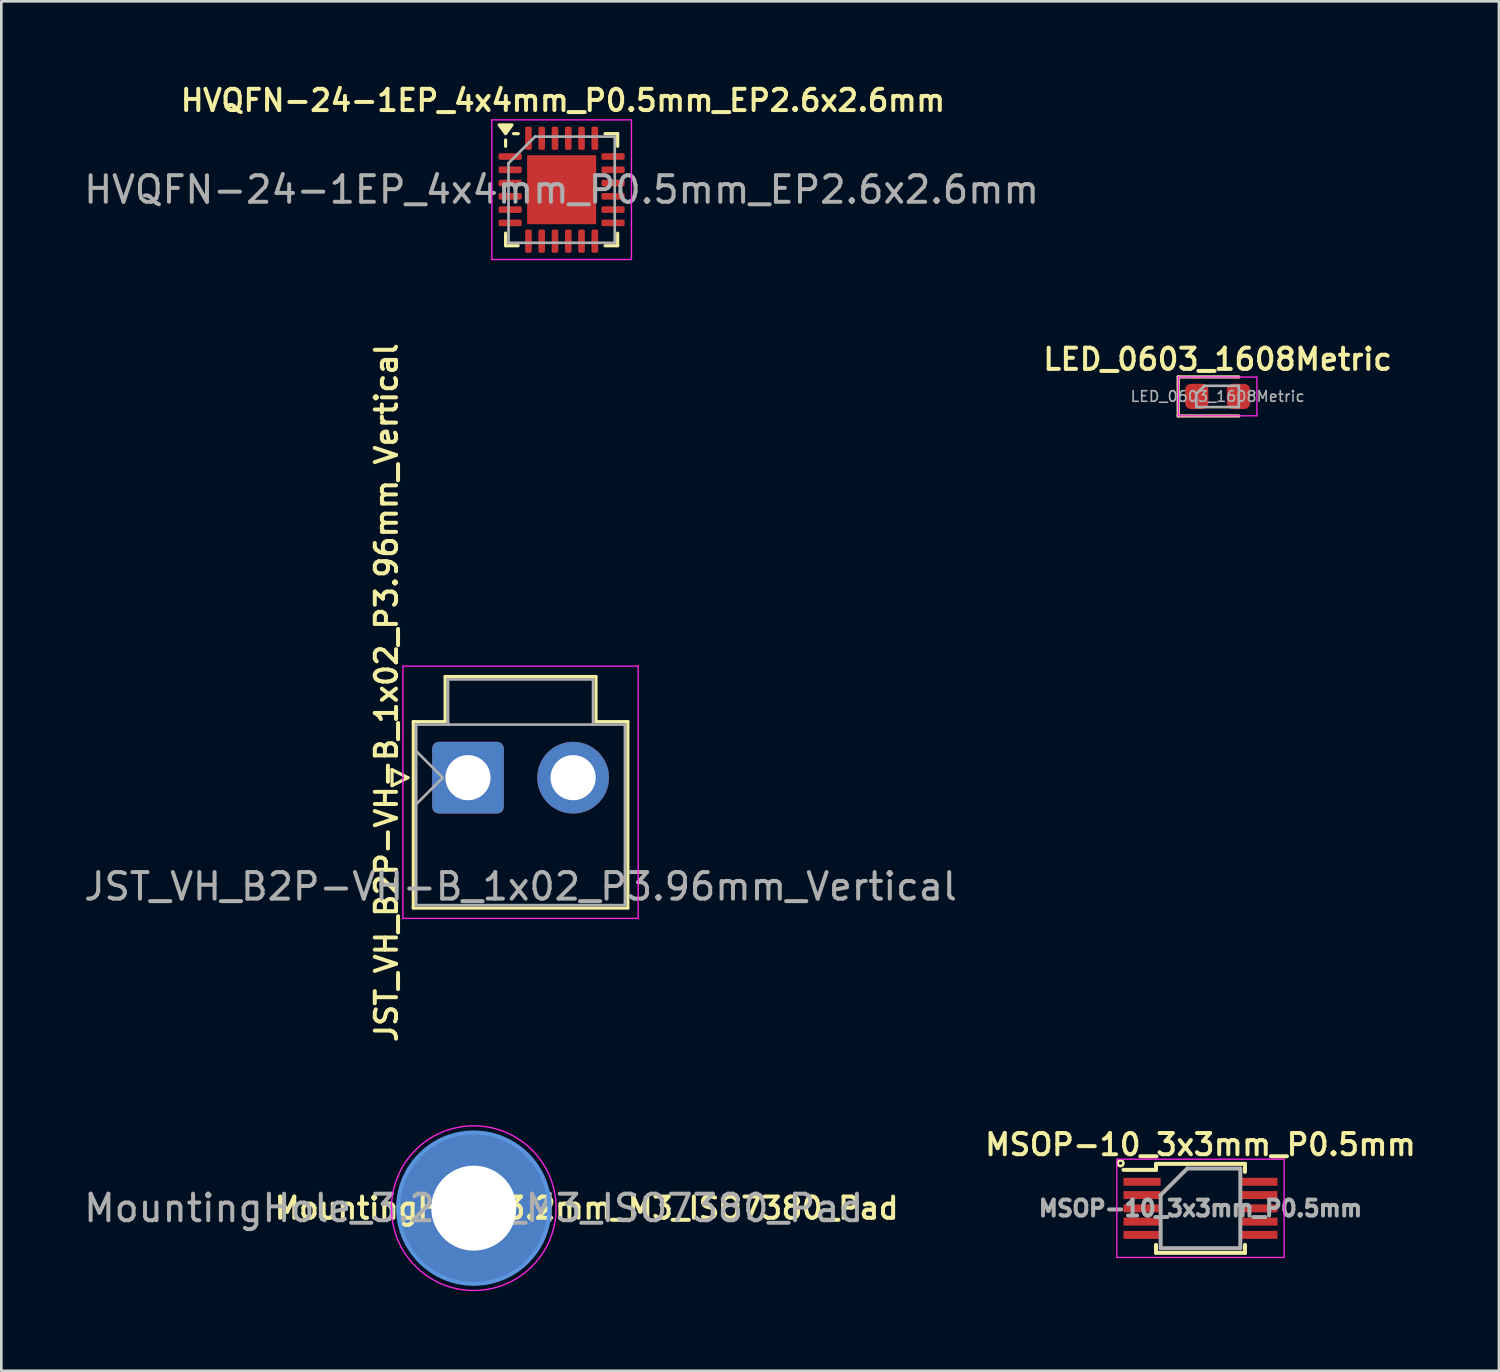
<source format=kicad_pcb>
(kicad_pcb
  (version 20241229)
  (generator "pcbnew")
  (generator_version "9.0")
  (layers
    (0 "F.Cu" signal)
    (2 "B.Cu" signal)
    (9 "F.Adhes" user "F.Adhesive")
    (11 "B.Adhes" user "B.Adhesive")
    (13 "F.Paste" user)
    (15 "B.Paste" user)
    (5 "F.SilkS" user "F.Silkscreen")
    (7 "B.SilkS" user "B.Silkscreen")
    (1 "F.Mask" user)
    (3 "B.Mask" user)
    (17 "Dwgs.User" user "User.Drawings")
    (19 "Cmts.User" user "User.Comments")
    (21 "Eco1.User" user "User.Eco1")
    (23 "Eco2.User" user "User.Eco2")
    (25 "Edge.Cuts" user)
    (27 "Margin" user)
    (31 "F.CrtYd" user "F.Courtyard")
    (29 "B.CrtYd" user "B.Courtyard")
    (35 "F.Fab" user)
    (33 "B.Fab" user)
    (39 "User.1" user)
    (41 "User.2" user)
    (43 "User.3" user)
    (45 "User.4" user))
  (footprint "MSOP-10_3x3mm_P0.5mm"
    (layer "F.Cu")
    (at 42.16 42.456)
    (property "Reference" "MSOP-10_3x3mm_P0.5mm" (at 0 -2.4 0) (layer "F.SilkS") (effects (font (size 0.8 0.8) (thickness 0.15))))
    (attr smd)
    (fp_line (start -1.675 -1.675) (end -1.675 -1.45) (stroke (width 0.15) (type solid)) (layer "F.SilkS"))
    (fp_line (start -1.675 -1.675) (end 1.675 -1.675) (stroke (width 0.15) (type solid)) (layer "F.SilkS"))
    (fp_line (start -1.675 -1.45) (end -2.9 -1.45) (stroke (width 0.15) (type solid)) (layer "F.SilkS"))
    (fp_line (start -1.675 1.675) (end -1.675 1.375) (stroke (width 0.15) (type solid)) (layer "F.SilkS"))
    (fp_line (start -1.675 1.675) (end 1.675 1.675) (stroke (width 0.15) (type solid)) (layer "F.SilkS"))
    (fp_line (start 1.675 -1.675) (end 1.675 -1.375) (stroke (width 0.15) (type solid)) (layer "F.SilkS"))
    (fp_line (start 1.675 1.675) (end 1.675 1.375) (stroke (width 0.15) (type solid)) (layer "F.SilkS"))
    (fp_circle (center -3.01 -1.7) (end -2.92 -1.64) (stroke (width 0.1) (type default)) (fill no) (layer "F.SilkS"))
    (fp_line (start -3.15 -1.85) (end -3.15 1.85) (stroke (width 0.05) (type solid)) (layer "F.CrtYd"))
    (fp_line (start -3.15 -1.85) (end 3.15 -1.85) (stroke (width 0.05) (type solid)) (layer "F.CrtYd"))
    (fp_line (start -3.15 1.85) (end 3.15 1.85) (stroke (width 0.05) (type solid)) (layer "F.CrtYd"))
    (fp_line (start 3.15 -1.85) (end 3.15 1.85) (stroke (width 0.05) (type solid)) (layer "F.CrtYd"))
    (fp_line (start -1.5 -0.5) (end -0.5 -1.5) (stroke (width 0.15) (type solid)) (layer "F.Fab"))
    (fp_line (start -1.5 1.5) (end -1.5 -0.5) (stroke (width 0.15) (type solid)) (layer "F.Fab"))
    (fp_line (start -0.5 -1.5) (end 1.5 -1.5) (stroke (width 0.15) (type solid)) (layer "F.Fab"))
    (fp_line (start 1.5 -1.5) (end 1.5 1.5) (stroke (width 0.15) (type solid)) (layer "F.Fab"))
    (fp_line (start 1.5 1.5) (end -1.5 1.5) (stroke (width 0.15) (type solid)) (layer "F.Fab"))
    (fp_text user "${REFERENCE}" (at 0 0 0) (layer "F.Fab") (effects (font (size 0.6 0.6) (thickness 0.15))))
    (pad "1" smd rect (at -2.2 -1) (size 1.4 0.3) (layers "F.Cu" "F.Mask" "F.Paste"))
    (pad "2" smd rect (at -2.2 -0.5) (size 1.4 0.3) (layers "F.Cu" "F.Mask" "F.Paste"))
    (pad "3" smd rect (at -2.2 0) (size 1.4 0.3) (layers "F.Cu" "F.Mask" "F.Paste"))
    (pad "4" smd rect (at -2.2 0.5) (size 1.4 0.3) (layers "F.Cu" "F.Mask" "F.Paste"))
    (pad "5" smd rect (at -2.2 1) (size 1.4 0.3) (layers "F.Cu" "F.Mask" "F.Paste"))
    (pad "6" smd rect (at 2.2 1) (size 1.4 0.3) (layers "F.Cu" "F.Mask" "F.Paste"))
    (pad "7" smd rect (at 2.2 0.5) (size 1.4 0.3) (layers "F.Cu" "F.Mask" "F.Paste"))
    (pad "8" smd rect (at 2.2 0) (size 1.4 0.3) (layers "F.Cu" "F.Mask" "F.Paste"))
    (pad "9" smd rect (at 2.2 -0.5) (size 1.4 0.3) (layers "F.Cu" "F.Mask" "F.Paste"))
    (pad "10" smd rect (at 2.2 -1) (size 1.4 0.3) (layers "F.Cu" "F.Mask" "F.Paste")))
  (footprint "LED_0603_1608Metric"
    (layer "F.Cu")
    (at 42.805 11.88)
    (property "Reference" "LED_0603_1608Metric" (at 0 -1.4 180) (layer "F.SilkS") (effects (font (size 0.8 0.8) (thickness 0.15))))
    (attr smd)
    (fp_line (start -1.485 -0.735) (end -1.485 0.735) (stroke (width 0.12) (type solid)) (layer "F.SilkS"))
    (fp_line (start -1.485 0.735) (end 0.8 0.735) (stroke (width 0.12) (type solid)) (layer "F.SilkS"))
    (fp_line (start 0.8 -0.735) (end -1.485 -0.735) (stroke (width 0.12) (type solid)) (layer "F.SilkS"))
    (fp_line (start -1.48 -0.73) (end 1.48 -0.73) (stroke (width 0.05) (type solid)) (layer "F.CrtYd"))
    (fp_line (start -1.48 0.73) (end -1.48 -0.73) (stroke (width 0.05) (type solid)) (layer "F.CrtYd"))
    (fp_line (start 1.48 -0.73) (end 1.48 0.73) (stroke (width 0.05) (type solid)) (layer "F.CrtYd"))
    (fp_line (start 1.48 0.73) (end -1.48 0.73) (stroke (width 0.05) (type solid)) (layer "F.CrtYd"))
    (fp_line (start -0.8 -0.1) (end -0.8 0.4) (stroke (width 0.1) (type solid)) (layer "F.Fab"))
    (fp_line (start -0.8 0.4) (end 0.8 0.4) (stroke (width 0.1) (type solid)) (layer "F.Fab"))
    (fp_line (start -0.5 -0.4) (end -0.8 -0.1) (stroke (width 0.1) (type solid)) (layer "F.Fab"))
    (fp_line (start 0.8 -0.4) (end -0.5 -0.4) (stroke (width 0.1) (type solid)) (layer "F.Fab"))
    (fp_line (start 0.8 0.4) (end 0.8 -0.4) (stroke (width 0.1) (type solid)) (layer "F.Fab"))
    (fp_text user "${REFERENCE}" (at 0 0 180) (layer "F.Fab") (effects (font (size 0.4 0.4) (thickness 0.06))))
    (pad "1" smd roundrect (at -0.787 0) (size 0.875 0.95) (layers "F.Cu" "F.Mask" "F.Paste") (roundrect_rratio 0.25))
    (pad "2" smd roundrect (at 0.787 0) (size 0.875 0.95) (layers "F.Cu" "F.Mask" "F.Paste") (roundrect_rratio 0.25)))
  (footprint "HVQFN-24-1EP_4x4mm_P0.5mm_EP2.6x2.6mm"
    (layer "F.Cu")
    (at 18.101 4.094)
    (property "Reference" "HVQFN-24-1EP_4x4mm_P0.5mm_EP2.6x2.6mm" (at 0.05 -3.362 180) (layer "F.SilkS") (effects (font (size 0.8 0.8) (thickness 0.15))))
    (attr smd)
    (fp_line (start -2.11 -1.635) (end -2.11 -1.87) (stroke (width 0.12) (type solid)) (layer "F.SilkS"))
    (fp_line (start -2.11 2.11) (end -2.11 1.635) (stroke (width 0.12) (type solid)) (layer "F.SilkS"))
    (fp_line (start -1.635 -2.11) (end -1.81 -2.11) (stroke (width 0.12) (type solid)) (layer "F.SilkS"))
    (fp_line (start -1.635 2.11) (end -2.11 2.11) (stroke (width 0.12) (type solid)) (layer "F.SilkS"))
    (fp_line (start 1.635 -2.11) (end 2.11 -2.11) (stroke (width 0.12) (type solid)) (layer "F.SilkS"))
    (fp_line (start 1.635 2.11) (end 2.11 2.11) (stroke (width 0.12) (type solid)) (layer "F.SilkS"))
    (fp_line (start 2.11 -2.11) (end 2.11 -1.635) (stroke (width 0.12) (type solid)) (layer "F.SilkS"))
    (fp_line (start 2.11 2.11) (end 2.11 1.635) (stroke (width 0.12) (type solid)) (layer "F.SilkS"))
    (fp_poly (pts (xy -2.11 -2.11) (xy -2.35 -2.44) (xy -1.87 -2.44) (xy -2.11 -2.11)) (stroke (width 0.12) (type solid)) (fill yes) (layer "F.SilkS"))
    (fp_line (start -2.63 -2.63) (end -2.63 2.63) (stroke (width 0.05) (type solid)) (layer "F.CrtYd"))
    (fp_line (start -2.63 2.63) (end 2.63 2.63) (stroke (width 0.05) (type solid)) (layer "F.CrtYd"))
    (fp_line (start 2.63 -2.63) (end -2.63 -2.63) (stroke (width 0.05) (type solid)) (layer "F.CrtYd"))
    (fp_line (start 2.63 2.63) (end 2.63 -2.63) (stroke (width 0.05) (type solid)) (layer "F.CrtYd"))
    (fp_line (start -2 -1) (end -1 -2) (stroke (width 0.1) (type solid)) (layer "F.Fab"))
    (fp_line (start -2 2) (end -2 -1) (stroke (width 0.1) (type solid)) (layer "F.Fab"))
    (fp_line (start -1 -2) (end 2 -2) (stroke (width 0.1) (type solid)) (layer "F.Fab"))
    (fp_line (start 2 -2) (end 2 2) (stroke (width 0.1) (type solid)) (layer "F.Fab"))
    (fp_line (start 2 2) (end -2 2) (stroke (width 0.1) (type solid)) (layer "F.Fab"))
    (fp_text user "${REFERENCE}" (at 0 0 180) (layer "F.Fab") (effects (font (size 1 1) (thickness 0.15))))
    (pad "" smd roundrect (at -0.87 -0.87) (size 0.7 0.7) (layers "F.Paste") (roundrect_rratio 0.25))
    (pad "" smd roundrect (at -0.87 0) (size 0.7 0.7) (layers "F.Paste") (roundrect_rratio 0.25))
    (pad "" smd roundrect (at -0.87 0.87) (size 0.7 0.7) (layers "F.Paste") (roundrect_rratio 0.25))
    (pad "" smd roundrect (at 0 -0.87) (size 0.7 0.7) (layers "F.Paste") (roundrect_rratio 0.25))
    (pad "" smd roundrect (at 0 0) (size 0.7 0.7) (layers "F.Paste") (roundrect_rratio 0.25))
    (pad "" smd roundrect (at 0 0.87) (size 0.7 0.7) (layers "F.Paste") (roundrect_rratio 0.25))
    (pad "" smd roundrect (at 0.87 -0.87) (size 0.7 0.7) (layers "F.Paste") (roundrect_rratio 0.25))
    (pad "" smd roundrect (at 0.87 0) (size 0.7 0.7) (layers "F.Paste") (roundrect_rratio 0.25))
    (pad "" smd roundrect (at 0.87 0.87) (size 0.7 0.7) (layers "F.Paste") (roundrect_rratio 0.25))
    (pad "1" smd roundrect (at -1.938 -1.25) (size 0.875 0.25) (layers "F.Cu" "F.Mask" "F.Paste") (roundrect_rratio 0.25))
    (pad "2" smd roundrect (at -1.938 -0.75) (size 0.875 0.25) (layers "F.Cu" "F.Mask" "F.Paste") (roundrect_rratio 0.25))
    (pad "3" smd roundrect (at -1.938 -0.25) (size 0.875 0.25) (layers "F.Cu" "F.Mask" "F.Paste") (roundrect_rratio 0.25))
    (pad "4" smd roundrect (at -1.938 0.25) (size 0.875 0.25) (layers "F.Cu" "F.Mask" "F.Paste") (roundrect_rratio 0.25))
    (pad "5" smd roundrect (at -1.938 0.75) (size 0.875 0.25) (layers "F.Cu" "F.Mask" "F.Paste") (roundrect_rratio 0.25))
    (pad "6" smd roundrect (at -1.938 1.25) (size 0.875 0.25) (layers "F.Cu" "F.Mask" "F.Paste") (roundrect_rratio 0.25))
    (pad "7" smd roundrect (at -1.25 1.938) (size 0.25 0.875) (layers "F.Cu" "F.Mask" "F.Paste") (roundrect_rratio 0.25))
    (pad "8" smd roundrect (at -0.75 1.938) (size 0.25 0.875) (layers "F.Cu" "F.Mask" "F.Paste") (roundrect_rratio 0.25))
    (pad "9" smd roundrect (at -0.25 1.938) (size 0.25 0.875) (layers "F.Cu" "F.Mask" "F.Paste") (roundrect_rratio 0.25))
    (pad "10" smd roundrect (at 0.25 1.938) (size 0.25 0.875) (layers "F.Cu" "F.Mask" "F.Paste") (roundrect_rratio 0.25))
    (pad "11" smd roundrect (at 0.75 1.938) (size 0.25 0.875) (layers "F.Cu" "F.Mask" "F.Paste") (roundrect_rratio 0.25))
    (pad "12" smd roundrect (at 1.25 1.938) (size 0.25 0.875) (layers "F.Cu" "F.Mask" "F.Paste") (roundrect_rratio 0.25))
    (pad "13" smd roundrect (at 1.938 1.25) (size 0.875 0.25) (layers "F.Cu" "F.Mask" "F.Paste") (roundrect_rratio 0.25))
    (pad "14" smd roundrect (at 1.938 0.75) (size 0.875 0.25) (layers "F.Cu" "F.Mask" "F.Paste") (roundrect_rratio 0.25))
    (pad "15" smd roundrect (at 1.938 0.25) (size 0.875 0.25) (layers "F.Cu" "F.Mask" "F.Paste") (roundrect_rratio 0.25))
    (pad "16" smd roundrect (at 1.938 -0.25) (size 0.875 0.25) (layers "F.Cu" "F.Mask" "F.Paste") (roundrect_rratio 0.25))
    (pad "17" smd roundrect (at 1.938 -0.75) (size 0.875 0.25) (layers "F.Cu" "F.Mask" "F.Paste") (roundrect_rratio 0.25))
    (pad "18" smd roundrect (at 1.938 -1.25) (size 0.875 0.25) (layers "F.Cu" "F.Mask" "F.Paste") (roundrect_rratio 0.25))
    (pad "19" smd roundrect (at 1.25 -1.938) (size 0.25 0.875) (layers "F.Cu" "F.Mask" "F.Paste") (roundrect_rratio 0.25))
    (pad "20" smd roundrect (at 0.75 -1.938) (size 0.25 0.875) (layers "F.Cu" "F.Mask" "F.Paste") (roundrect_rratio 0.25))
    (pad "21" smd roundrect (at 0.25 -1.938) (size 0.25 0.875) (layers "F.Cu" "F.Mask" "F.Paste") (roundrect_rratio 0.25))
    (pad "22" smd roundrect (at -0.25 -1.938) (size 0.25 0.875) (layers "F.Cu" "F.Mask" "F.Paste") (roundrect_rratio 0.25))
    (pad "23" smd roundrect (at -0.75 -1.938) (size 0.25 0.875) (layers "F.Cu" "F.Mask" "F.Paste") (roundrect_rratio 0.25))
    (pad "24" smd roundrect (at -1.25 -1.938) (size 0.25 0.875) (layers "F.Cu" "F.Mask" "F.Paste") (roundrect_rratio 0.25))
    (pad "25" smd rect (at 0 0) (size 2.6 2.6) (property pad_prop_heatsink) (layers "F.Cu" "F.Mask")))
  (footprint "JST_VH_B2P-VH-B_1x02_P3.96mm_Vertical"
    (layer "F.Cu")
    (at 14.574 26.237)
    (property "Reference" "JST_VH_B2P-VH-B_1x02_P3.96mm_Vertical" (at -3.072 -3.2 90) (layer "F.SilkS") (effects (font (size 0.8 0.8) (thickness 0.15))))
    (attr through_hole)
    (fp_line (start -2.86 -0.3) (end -2.26 0) (stroke (width 0.12) (type solid)) (layer "F.SilkS"))
    (fp_line (start -2.86 0.3) (end -2.86 -0.3) (stroke (width 0.12) (type solid)) (layer "F.SilkS"))
    (fp_line (start -2.26 0) (end -2.86 0.3) (stroke (width 0.12) (type solid)) (layer "F.SilkS"))
    (fp_line (start -2.06 -2.11) (end -0.86 -2.11) (stroke (width 0.12) (type solid)) (layer "F.SilkS"))
    (fp_line (start -2.06 4.91) (end -2.06 -2.11) (stroke (width 0.12) (type solid)) (layer "F.SilkS"))
    (fp_line (start -0.86 -3.81) (end 4.82 -3.81) (stroke (width 0.12) (type solid)) (layer "F.SilkS"))
    (fp_line (start -0.86 -2.11) (end -0.86 -3.81) (stroke (width 0.12) (type solid)) (layer "F.SilkS"))
    (fp_line (start 4.82 -3.81) (end 4.82 -2.11) (stroke (width 0.12) (type solid)) (layer "F.SilkS"))
    (fp_line (start 4.82 -2.11) (end 6.02 -2.11) (stroke (width 0.12) (type solid)) (layer "F.SilkS"))
    (fp_line (start 6.02 -2.11) (end 6.02 4.91) (stroke (width 0.12) (type solid)) (layer "F.SilkS"))
    (fp_line (start 6.02 4.91) (end -2.06 4.91) (stroke (width 0.12) (type solid)) (layer "F.SilkS"))
    (fp_line (start -2.45 -4.2) (end -2.45 5.3) (stroke (width 0.05) (type solid)) (layer "F.CrtYd"))
    (fp_line (start -2.45 5.3) (end 6.41 5.3) (stroke (width 0.05) (type solid)) (layer "F.CrtYd"))
    (fp_line (start 6.41 -4.2) (end -2.45 -4.2) (stroke (width 0.05) (type solid)) (layer "F.CrtYd"))
    (fp_line (start 6.41 5.3) (end 6.41 -4.2) (stroke (width 0.05) (type solid)) (layer "F.CrtYd"))
    (fp_line (start -1.95 -2) (end -1.95 4.8) (stroke (width 0.1) (type solid)) (layer "F.Fab"))
    (fp_line (start -1.95 -1) (end -0.95 0) (stroke (width 0.1) (type solid)) (layer "F.Fab"))
    (fp_line (start -1.95 1) (end -0.95 0) (stroke (width 0.1) (type solid)) (layer "F.Fab"))
    (fp_line (start -1.95 4.8) (end 5.91 4.8) (stroke (width 0.1) (type solid)) (layer "F.Fab"))
    (fp_line (start -0.75 -3.7) (end 4.71 -3.7) (stroke (width 0.1) (type solid)) (layer "F.Fab"))
    (fp_line (start -0.75 -2) (end -0.75 -3.7) (stroke (width 0.1) (type solid)) (layer "F.Fab"))
    (fp_line (start 4.71 -3.7) (end 4.71 -2) (stroke (width 0.1) (type solid)) (layer "F.Fab"))
    (fp_line (start 5.91 -2) (end -1.95 -2) (stroke (width 0.1) (type solid)) (layer "F.Fab"))
    (fp_line (start 5.91 4.8) (end 5.91 -2) (stroke (width 0.1) (type solid)) (layer "F.Fab"))
    (fp_text user "${REFERENCE}" (at 1.98 4.1 0) (layer "F.Fab") (effects (font (size 1 1) (thickness 0.15))))
    (pad "1" thru_hole roundrect (at 0 0) (size 2.7 2.7) (drill 1.7) (layers "*.Cu" "*.Mask") (roundrect_rratio 0.093))
    (pad "2" thru_hole circle (at 3.96 0) (size 2.7 2.7) (drill 1.7) (layers "*.Cu" "*.Mask")))
  (footprint "MountingHole_3.2mm_M3_ISO7380_Pad"
    (layer "F.Cu")
    (at 14.792 42.449)
    (property "Reference" "MountingHole_3.2mm_M3_ISO7380_Pad" (at 4.25 0 0) (layer "F.SilkS") (effects (font (size 0.8 0.8) (thickness 0.15))))
    (attr exclude_from_pos_files)
    (fp_circle (center 0 0) (end 2.85 0) (stroke (width 0.15) (type solid)) (fill no) (layer "Cmts.User"))
    (fp_circle (center 0 0) (end 3.1 0) (stroke (width 0.05) (type solid)) (fill no) (layer "F.CrtYd"))
    (fp_text user "${REFERENCE}" (at 0 0 0) (layer "F.Fab") (effects (font (size 1 1) (thickness 0.15))))
    (pad "1" thru_hole circle (at 0 0) (size 5.7 5.7) (drill 3.2) (layers "*.Cu" "*.Mask")))
  (gr_rect
    (start -3 -3)
    (end 53.4 48.574)
    (stroke (width 0.1) (type default))
    (fill no)
    (layer "Edge.Cuts")))
</source>
